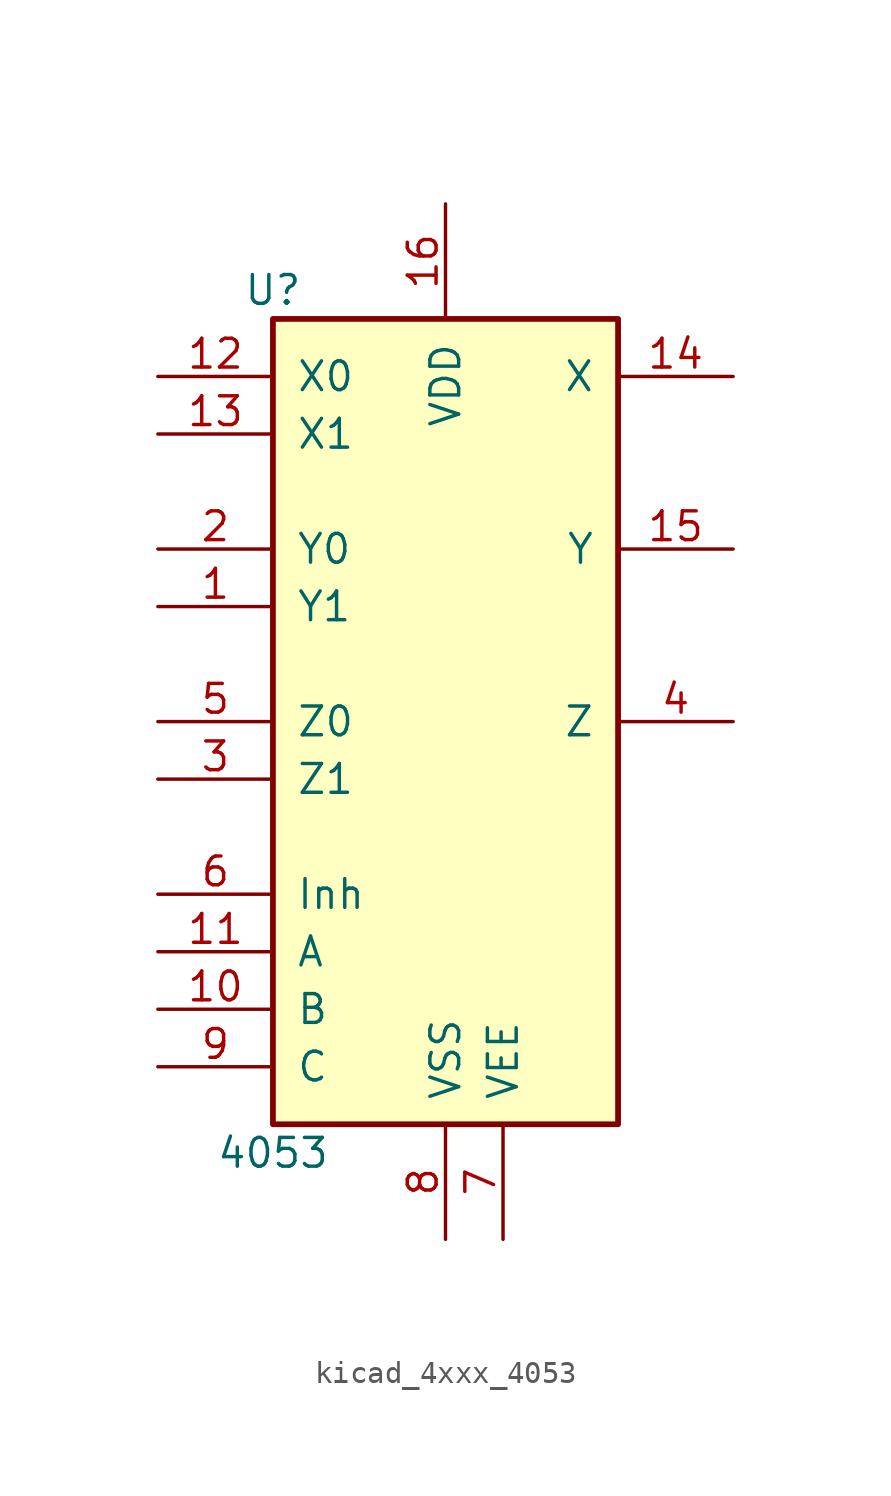
<source format=kicad_sym>
(kicad_symbol_lib
  (version 20220914)
  (generator kicad_symbol_editor)
  (symbol "kicad_4xxx_4053"
    (pin_names
      (offset 1.016))
    (property "Reference" "U"
      (at -7.62 19.05 0)
      (effects (font (size 1.27 1.27))))
    (property "Value" "4053"
      (at -7.62 -19.05 0)
      (effects (font (size 1.27 1.27))))
    (property "ki_locked" ""
      (at 0 0 0)
      (effects (font (size 1.27 1.27))))
    (symbol "kicad_4xxx_4053_1_0"
      (pin passive line (at -12.7 5.08 0) (length 5.08) (name "Y1" (effects (font (size 1.27 1.27)))) (number "1" (effects (font (size 1.27 1.27)))))
      (pin input line (at -12.7 -12.7 0) (length 5.08) (name "B" (effects (font (size 1.27 1.27)))) (number "10" (effects (font (size 1.27 1.27)))))
      (pin input line (at -12.7 -10.16 0) (length 5.08) (name "A" (effects (font (size 1.27 1.27)))) (number "11" (effects (font (size 1.27 1.27)))))
      (pin passive line (at -12.7 15.24 0) (length 5.08) (name "X0" (effects (font (size 1.27 1.27)))) (number "12" (effects (font (size 1.27 1.27)))))
      (pin passive line (at -12.7 12.7 0) (length 5.08) (name "X1" (effects (font (size 1.27 1.27)))) (number "13" (effects (font (size 1.27 1.27)))))
      (pin passive line (at 12.7 15.24 180) (length 5.08) (name "X" (effects (font (size 1.27 1.27)))) (number "14" (effects (font (size 1.27 1.27)))))
      (pin passive line (at 12.7 7.62 180) (length 5.08) (name "Y" (effects (font (size 1.27 1.27)))) (number "15" (effects (font (size 1.27 1.27)))))
      (pin power_in line (at 0 22.86 270) (length 5.08) (name "VDD" (effects (font (size 1.27 1.27)))) (number "16" (effects (font (size 1.27 1.27)))))
      (pin passive line (at -12.7 7.62 0) (length 5.08) (name "Y0" (effects (font (size 1.27 1.27)))) (number "2" (effects (font (size 1.27 1.27)))))
      (pin passive line (at -12.7 -2.54 0) (length 5.08) (name "Z1" (effects (font (size 1.27 1.27)))) (number "3" (effects (font (size 1.27 1.27)))))
      (pin passive line (at 12.7 0 180) (length 5.08) (name "Z" (effects (font (size 1.27 1.27)))) (number "4" (effects (font (size 1.27 1.27)))))
      (pin passive line (at -12.7 0 0) (length 5.08) (name "Z0" (effects (font (size 1.27 1.27)))) (number "5" (effects (font (size 1.27 1.27)))))
      (pin input line (at -12.7 -7.62 0) (length 5.08) (name "Inh" (effects (font (size 1.27 1.27)))) (number "6" (effects (font (size 1.27 1.27)))))
      (pin power_in line (at 2.54 -22.86 90) (length 5.08) (name "VEE" (effects (font (size 1.27 1.27)))) (number "7" (effects (font (size 1.27 1.27)))))
      (pin power_in line (at 0 -22.86 90) (length 5.08) (name "VSS" (effects (font (size 1.27 1.27)))) (number "8" (effects (font (size 1.27 1.27)))))
      (pin input line (at -12.7 -15.24 0) (length 5.08) (name "C" (effects (font (size 1.27 1.27)))) (number "9" (effects (font (size 1.27 1.27))))))
    (symbol "kicad_4xxx_4053_1_1"
      (rectangle (start -7.62 17.78) (end 7.62 -17.78) (stroke (width 0.254) (type default)) (fill (type background))))))
</source>
